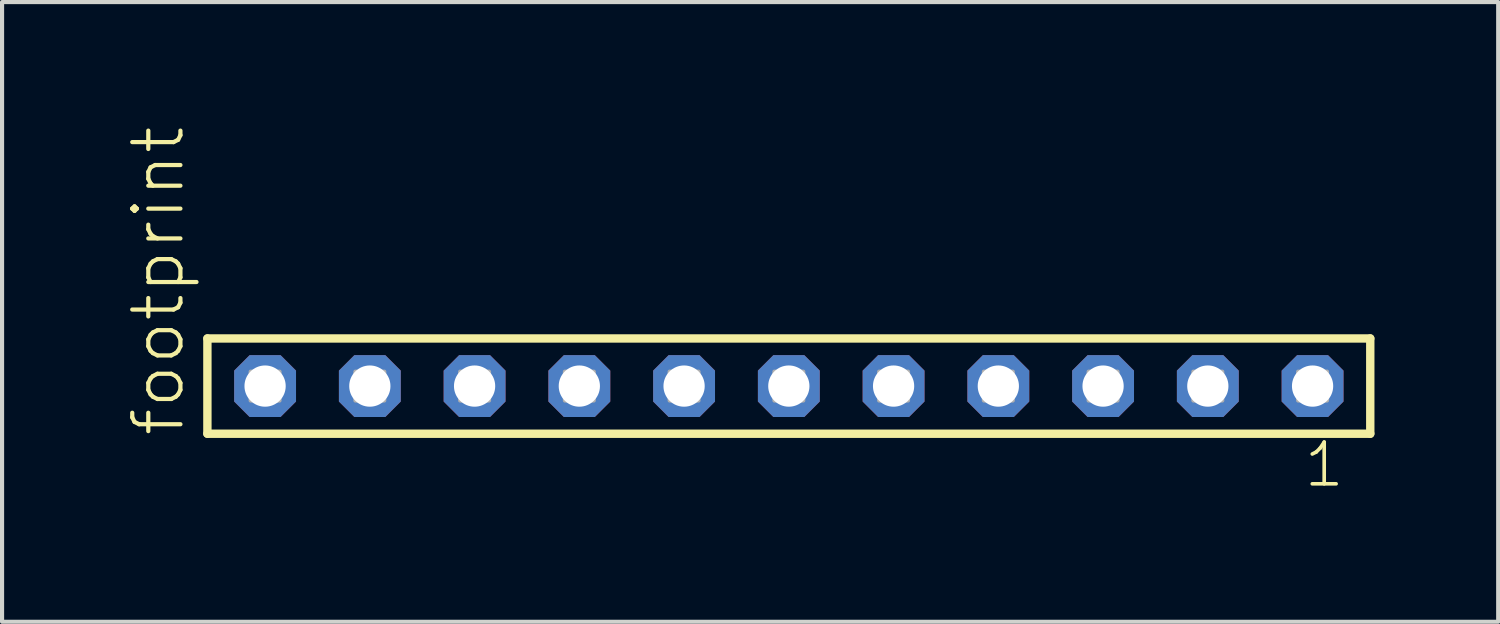
<source format=kicad_pcb>
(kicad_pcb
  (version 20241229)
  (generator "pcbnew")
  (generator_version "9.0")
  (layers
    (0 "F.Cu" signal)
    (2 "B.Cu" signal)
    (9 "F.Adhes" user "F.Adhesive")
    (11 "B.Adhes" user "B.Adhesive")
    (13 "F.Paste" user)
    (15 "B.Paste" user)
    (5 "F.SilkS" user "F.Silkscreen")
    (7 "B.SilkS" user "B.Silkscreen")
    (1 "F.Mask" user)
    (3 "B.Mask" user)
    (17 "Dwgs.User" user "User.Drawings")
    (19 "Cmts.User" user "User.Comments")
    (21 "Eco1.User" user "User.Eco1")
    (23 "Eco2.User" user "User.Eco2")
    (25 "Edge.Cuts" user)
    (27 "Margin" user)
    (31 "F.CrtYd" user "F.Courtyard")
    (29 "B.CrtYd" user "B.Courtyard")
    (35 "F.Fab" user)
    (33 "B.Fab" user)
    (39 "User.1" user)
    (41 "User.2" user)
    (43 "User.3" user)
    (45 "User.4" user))
  (footprint "footprint"
    (layer "F.Cu")
    (at 16.078 6.312)
    (property "Reference" "footprint" (at -14.605 1.27 90) (layer "F.SilkS") (effects (font (size 1.168 1.168) (thickness 0.102)) (justify left bottom)))
    (fp_line (start -14.099 -1.155) (end 14.099 -1.155) (stroke (width 0.203) (type solid)) (layer "F.SilkS"))
    (fp_line (start -14.099 1.155) (end -14.099 -1.155) (stroke (width 0.203) (type solid)) (layer "F.SilkS"))
    (fp_line (start 14.099 -1.155) (end 14.099 1.155) (stroke (width 0.203) (type solid)) (layer "F.SilkS"))
    (fp_line (start 14.099 1.155) (end -14.099 1.155) (stroke (width 0.203) (type solid)) (layer "F.SilkS"))
    (fp_poly (pts (xy -13.05 0.35) (xy -12.35 0.35) (xy -12.35 -0.35) (xy -13.05 -0.35)) (stroke (width 0.1) (type solid)) (fill no) (layer "F.Fab"))
    (fp_poly (pts (xy -10.51 0.35) (xy -9.81 0.35) (xy -9.81 -0.35) (xy -10.51 -0.35)) (stroke (width 0.1) (type solid)) (fill no) (layer "F.Fab"))
    (fp_poly (pts (xy -7.97 0.35) (xy -7.27 0.35) (xy -7.27 -0.35) (xy -7.97 -0.35)) (stroke (width 0.1) (type solid)) (fill no) (layer "F.Fab"))
    (fp_poly (pts (xy -5.43 0.35) (xy -4.73 0.35) (xy -4.73 -0.35) (xy -5.43 -0.35)) (stroke (width 0.1) (type solid)) (fill no) (layer "F.Fab"))
    (fp_poly (pts (xy -2.89 0.35) (xy -2.19 0.35) (xy -2.19 -0.35) (xy -2.89 -0.35)) (stroke (width 0.1) (type solid)) (fill no) (layer "F.Fab"))
    (fp_poly (pts (xy -0.35 0.35) (xy 0.35 0.35) (xy 0.35 -0.35) (xy -0.35 -0.35)) (stroke (width 0.1) (type solid)) (fill no) (layer "F.Fab"))
    (fp_poly (pts (xy 2.19 0.35) (xy 2.89 0.35) (xy 2.89 -0.35) (xy 2.19 -0.35)) (stroke (width 0.1) (type solid)) (fill no) (layer "F.Fab"))
    (fp_poly (pts (xy 4.73 0.35) (xy 5.43 0.35) (xy 5.43 -0.35) (xy 4.73 -0.35)) (stroke (width 0.1) (type solid)) (fill no) (layer "F.Fab"))
    (fp_poly (pts (xy 7.27 0.35) (xy 7.97 0.35) (xy 7.97 -0.35) (xy 7.27 -0.35)) (stroke (width 0.1) (type solid)) (fill no) (layer "F.Fab"))
    (fp_poly (pts (xy 9.81 0.35) (xy 10.51 0.35) (xy 10.51 -0.35) (xy 9.81 -0.35)) (stroke (width 0.1) (type solid)) (fill no) (layer "F.Fab"))
    (fp_poly (pts (xy 12.35 0.35) (xy 13.05 0.35) (xy 13.05 -0.35) (xy 12.35 -0.35)) (stroke (width 0.1) (type solid)) (fill no) (layer "F.Fab"))
    (fp_text user "1" (at 12.442 2.498 0) (layer "F.SilkS") (effects (font (size 1.012 1.012) (thickness 0.088)) (justify left bottom)))
    (pad "1" thru_hole roundrect (at 12.7 0 180) (size 1.5 1.5) (drill 1) (layers "*.Cu" "*.Mask") (roundrect_rratio 0.25) (chamfer_ratio 0.25) (chamfer top_left top_right bottom_left bottom_right))
    (pad "2" thru_hole roundrect (at 10.16 0 180) (size 1.5 1.5) (drill 1) (layers "*.Cu" "*.Mask") (roundrect_rratio 0.25) (chamfer_ratio 0.25) (chamfer top_left top_right bottom_left bottom_right))
    (pad "3" thru_hole roundrect (at 7.62 0 180) (size 1.5 1.5) (drill 1) (layers "*.Cu" "*.Mask") (roundrect_rratio 0.25) (chamfer_ratio 0.25) (chamfer top_left top_right bottom_left bottom_right))
    (pad "4" thru_hole roundrect (at 5.08 0 180) (size 1.5 1.5) (drill 1) (layers "*.Cu" "*.Mask") (roundrect_rratio 0.25) (chamfer_ratio 0.25) (chamfer top_left top_right bottom_left bottom_right))
    (pad "5" thru_hole roundrect (at 2.54 0 180) (size 1.5 1.5) (drill 1) (layers "*.Cu" "*.Mask") (roundrect_rratio 0.25) (chamfer_ratio 0.25) (chamfer top_left top_right bottom_left bottom_right))
    (pad "6" thru_hole roundrect (at 0 0 180) (size 1.5 1.5) (drill 1) (layers "*.Cu" "*.Mask") (roundrect_rratio 0.25) (chamfer_ratio 0.25) (chamfer top_left top_right bottom_left bottom_right))
    (pad "7" thru_hole roundrect (at -2.54 0 180) (size 1.5 1.5) (drill 1) (layers "*.Cu" "*.Mask") (roundrect_rratio 0.25) (chamfer_ratio 0.25) (chamfer top_left top_right bottom_left bottom_right))
    (pad "8" thru_hole roundrect (at -5.08 0 180) (size 1.5 1.5) (drill 1) (layers "*.Cu" "*.Mask") (roundrect_rratio 0.25) (chamfer_ratio 0.25) (chamfer top_left top_right bottom_left bottom_right))
    (pad "9" thru_hole roundrect (at -7.62 0 180) (size 1.5 1.5) (drill 1) (layers "*.Cu" "*.Mask") (roundrect_rratio 0.25) (chamfer_ratio 0.25) (chamfer top_left top_right bottom_left bottom_right))
    (pad "10" thru_hole roundrect (at -10.16 0 180) (size 1.5 1.5) (drill 1) (layers "*.Cu" "*.Mask") (roundrect_rratio 0.25) (chamfer_ratio 0.25) (chamfer top_left top_right bottom_left bottom_right))
    (pad "11" thru_hole roundrect (at -12.7 0 180) (size 1.5 1.5) (drill 1) (layers "*.Cu" "*.Mask") (roundrect_rratio 0.25) (chamfer_ratio 0.25) (chamfer top_left top_right bottom_left bottom_right)))
  (gr_rect
    (start -3 -3)
    (end 33.279 12.027)
    (stroke (width 0.1) (type default))
    (fill no)
    (layer "Edge.Cuts")))
</source>
